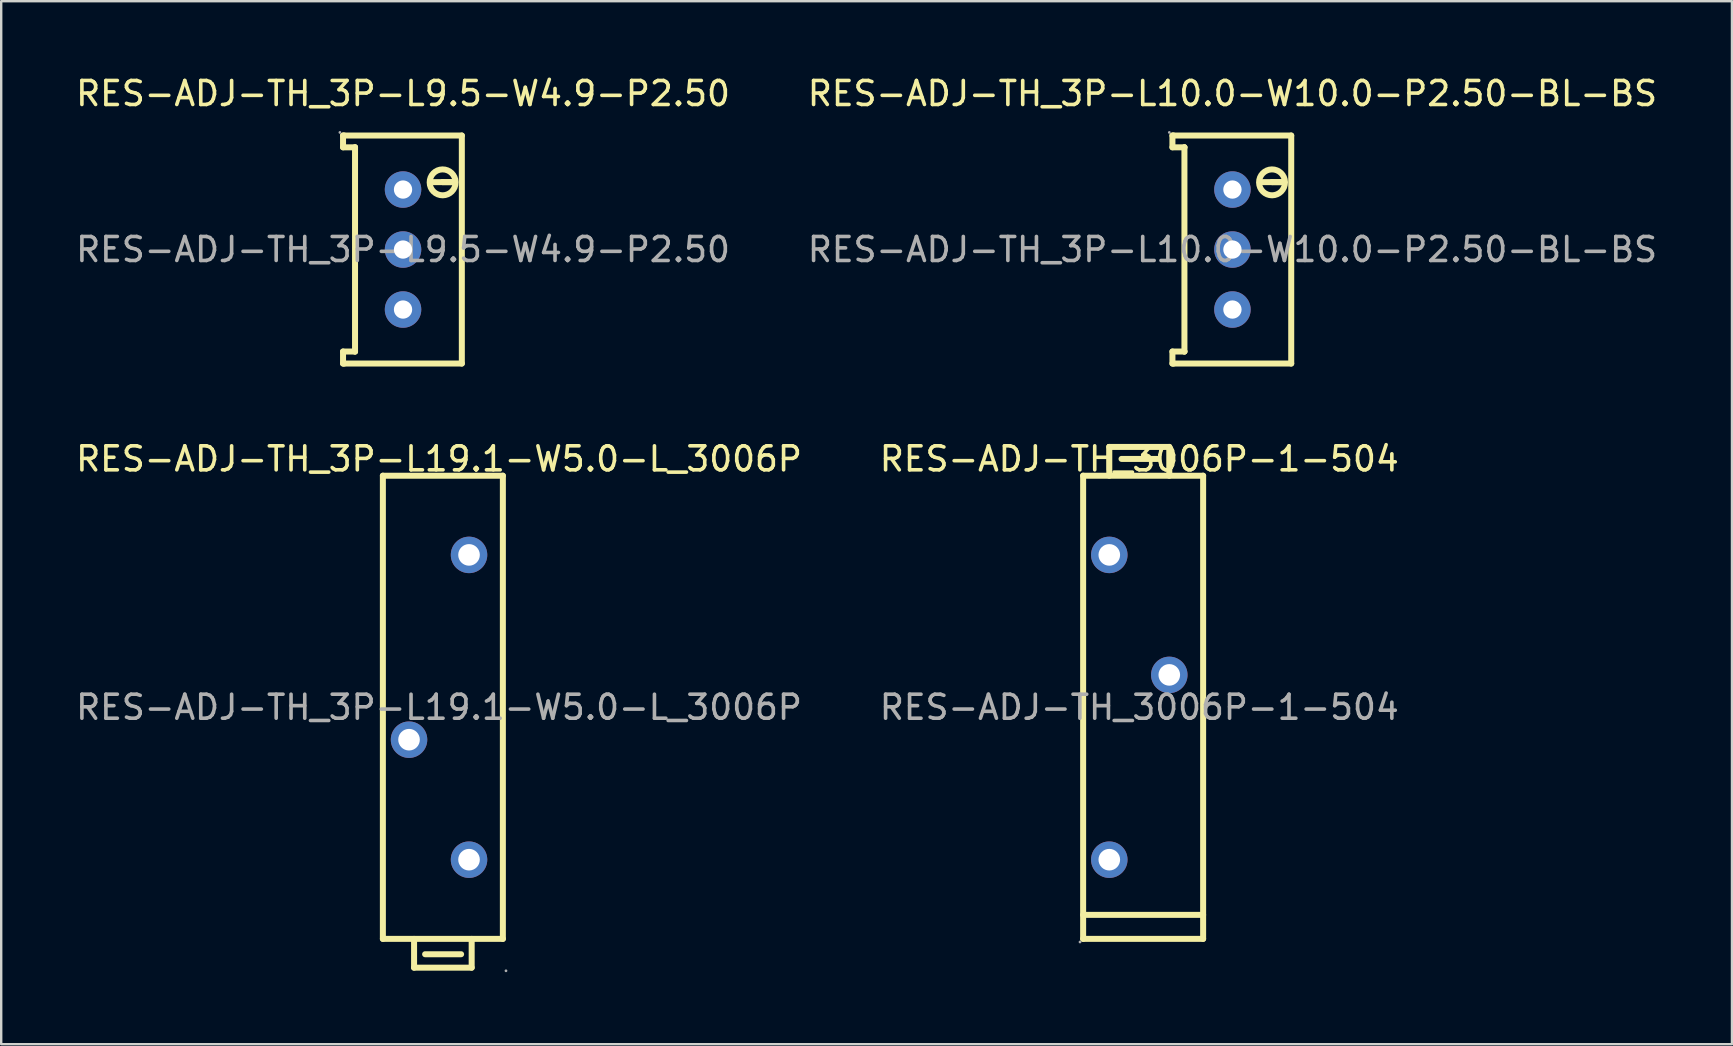
<source format=kicad_pcb>
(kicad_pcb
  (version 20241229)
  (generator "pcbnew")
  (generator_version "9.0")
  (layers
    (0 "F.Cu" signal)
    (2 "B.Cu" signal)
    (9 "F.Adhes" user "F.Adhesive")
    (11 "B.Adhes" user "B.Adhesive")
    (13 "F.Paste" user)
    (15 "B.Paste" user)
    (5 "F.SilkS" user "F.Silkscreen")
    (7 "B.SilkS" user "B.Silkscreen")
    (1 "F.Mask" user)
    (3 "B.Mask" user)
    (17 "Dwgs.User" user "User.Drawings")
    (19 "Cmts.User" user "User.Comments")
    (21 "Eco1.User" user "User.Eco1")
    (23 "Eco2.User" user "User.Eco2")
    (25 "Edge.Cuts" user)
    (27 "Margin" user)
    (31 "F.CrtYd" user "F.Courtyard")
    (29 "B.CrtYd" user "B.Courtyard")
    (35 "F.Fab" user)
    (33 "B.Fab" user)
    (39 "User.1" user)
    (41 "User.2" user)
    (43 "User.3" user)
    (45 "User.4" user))
  (footprint "RES-ADJ-TH_3P-L10.0-W10.0-P2.50-BL-BS"
    (layer "F.Cu")
    (at 48.304 7.348)
    (property "Reference" "RES-ADJ-TH_3P-L10.0-W10.0-P2.50-BL-BS" (at 0 -6.5 0) (layer "F.SilkS") (effects (font (size 1 1) (thickness 0.15))))
    (attr through_hole)
    (fp_line (start -2.5 -4.75) (end -2.5 -4.26) (stroke (width 0.25) (type solid)) (layer "F.SilkS"))
    (fp_line (start -2.5 -4.26) (end -2 -4.26) (stroke (width 0.25) (type solid)) (layer "F.SilkS"))
    (fp_line (start -2.5 4.25) (end -2.5 4.75) (stroke (width 0.25) (type solid)) (layer "F.SilkS"))
    (fp_line (start -2.5 4.75) (end -2.45 4.75) (stroke (width 0.25) (type solid)) (layer "F.SilkS"))
    (fp_line (start -2.45 -4.75) (end -2.5 -4.75) (stroke (width 0.25) (type solid)) (layer "F.SilkS"))
    (fp_line (start -2.45 4.75) (end 2.45 4.75) (stroke (width 0.25) (type solid)) (layer "F.SilkS"))
    (fp_line (start -2 -4.26) (end -2 -4.26) (stroke (width 0.25) (type solid)) (layer "F.SilkS"))
    (fp_line (start -2 -4.26) (end -2 4.25) (stroke (width 0.25) (type solid)) (layer "F.SilkS"))
    (fp_line (start -2 4.25) (end -2.5 4.25) (stroke (width 0.25) (type solid)) (layer "F.SilkS"))
    (fp_line (start -2 4.25) (end -2 4.25) (stroke (width 0.25) (type solid)) (layer "F.SilkS"))
    (fp_line (start 1.27 -2.81) (end 1.65 -2.81) (stroke (width 0.25) (type solid)) (layer "F.SilkS"))
    (fp_line (start 1.65 -2.81) (end 2.03 -2.81) (stroke (width 0.25) (type solid)) (layer "F.SilkS"))
    (fp_line (start 2.03 -2.81) (end 1.65 -2.81) (stroke (width 0.25) (type solid)) (layer "F.SilkS"))
    (fp_line (start 2.45 -4.75) (end -2.45 -4.75) (stroke (width 0.25) (type solid)) (layer "F.SilkS"))
    (fp_line (start 2.45 -4.75) (end 2.45 4.75) (stroke (width 0.25) (type solid)) (layer "F.SilkS"))
    (fp_arc (start 2.19 -2.8) (mid 1.110023 -2.795005) (end 2.189908 -2.80999) (stroke (width 0.25) (type solid)) (layer "F.SilkS"))
    (fp_circle (center -2.63 -4.88) (end -2.6 -4.88) (stroke (width 0.06) (type solid)) (fill no) (layer "F.Fab"))
    (fp_circle (center 0 -2.5) (end 0.14 -2.5) (stroke (width 0.28) (type solid)) (fill no) (layer "F.Fab"))
    (fp_circle (center 0 0) (end 0.14 0) (stroke (width 0.28) (type solid)) (fill no) (layer "F.Fab"))
    (fp_circle (center 0 2.5) (end 0.14 2.5) (stroke (width 0.28) (type solid)) (fill no) (layer "F.Fab"))
    (fp_text user "${REFERENCE}" (at 0 0 0) (layer "F.Fab") (effects (font (size 1 1) (thickness 0.15))))
    (pad "1" thru_hole circle (at 0 -2.5 270) (size 1.52 1.52) (drill 0.762) (layers "*.Cu" "*.Paste" "*.Mask"))
    (pad "2" thru_hole circle (at 0 0 270) (size 1.52 1.52) (drill 0.762) (layers "*.Cu" "*.Paste" "*.Mask"))
    (pad "3" thru_hole circle (at 0 2.5 270) (size 1.52 1.52) (drill 0.762) (layers "*.Cu" "*.Paste" "*.Mask")))
  (footprint "RES-ADJ-TH_3P-L19.1-W5.0-L_3006P"
    (layer "F.Cu")
    (at 15.244 26.422)
    (property "Reference" "RES-ADJ-TH_3P-L19.1-W5.0-L_3006P" (at 0 -10.35 0) (layer "F.SilkS") (effects (font (size 1 1) (thickness 0.15))))
    (attr through_hole)
    (fp_line (start -2.34 -9.65) (end -2.34 9.65) (stroke (width 0.25) (type solid)) (layer "F.SilkS"))
    (fp_line (start -2.34 -9.65) (end 2.66 -9.65) (stroke (width 0.25) (type solid)) (layer "F.SilkS"))
    (fp_line (start -1.04 10.85) (end -1.04 9.65) (stroke (width 0.25) (type solid)) (layer "F.SilkS"))
    (fp_line (start 0.92 10.29) (end -0.58 10.29) (stroke (width 0.25) (type solid)) (layer "F.SilkS"))
    (fp_line (start 1.36 10.85) (end -1.04 10.85) (stroke (width 0.25) (type solid)) (layer "F.SilkS"))
    (fp_line (start 1.36 10.85) (end 1.36 9.65) (stroke (width 0.25) (type solid)) (layer "F.SilkS"))
    (fp_line (start 2.66 -9.65) (end 2.66 9.65) (stroke (width 0.25) (type solid)) (layer "F.SilkS"))
    (fp_line (start 2.66 9.65) (end -2.34 9.65) (stroke (width 0.25) (type solid)) (layer "F.SilkS"))
    (fp_circle (center -1.25 1.35) (end -1.07 1.35) (stroke (width 0.35) (type solid)) (fill no) (layer "F.Fab"))
    (fp_circle (center 1.25 -6.35) (end 1.43 -6.35) (stroke (width 0.35) (type solid)) (fill no) (layer "F.Fab"))
    (fp_circle (center 1.25 6.35) (end 1.43 6.35) (stroke (width 0.35) (type solid)) (fill no) (layer "F.Fab"))
    (fp_circle (center 2.79 10.98) (end 2.82 10.98) (stroke (width 0.06) (type solid)) (fill no) (layer "F.Fab"))
    (fp_text user "${REFERENCE}" (at 0 0 0) (layer "F.Fab") (effects (font (size 1 1) (thickness 0.15))))
    (pad "1" thru_hole circle (at 1.25 6.35 90) (size 1.52 1.52) (drill 0.9) (layers "*.Cu" "*.Paste" "*.Mask"))
    (pad "2" thru_hole circle (at -1.25 1.35 90) (size 1.52 1.52) (drill 0.9) (layers "*.Cu" "*.Paste" "*.Mask"))
    (pad "3" thru_hole circle (at 1.25 -6.35 90) (size 1.52 1.52) (drill 0.9) (layers "*.Cu" "*.Paste" "*.Mask")))
  (footprint "RES-ADJ-TH_3P-L9.5-W4.9-P2.50"
    (layer "F.Cu")
    (at 13.744 7.348)
    (property "Reference" "RES-ADJ-TH_3P-L9.5-W4.9-P2.50" (at 0 -6.5 0) (layer "F.SilkS") (effects (font (size 1 1) (thickness 0.15))))
    (attr through_hole)
    (fp_line (start -2.5 -4.75) (end -2.5 -4.26) (stroke (width 0.25) (type solid)) (layer "F.SilkS"))
    (fp_line (start -2.5 -4.26) (end -2 -4.26) (stroke (width 0.25) (type solid)) (layer "F.SilkS"))
    (fp_line (start -2.5 4.25) (end -2.5 4.75) (stroke (width 0.25) (type solid)) (layer "F.SilkS"))
    (fp_line (start -2.5 4.75) (end -2.45 4.75) (stroke (width 0.25) (type solid)) (layer "F.SilkS"))
    (fp_line (start -2.45 -4.75) (end -2.5 -4.75) (stroke (width 0.25) (type solid)) (layer "F.SilkS"))
    (fp_line (start -2.45 4.75) (end 2.45 4.75) (stroke (width 0.25) (type solid)) (layer "F.SilkS"))
    (fp_line (start -2 -4.26) (end -2 -4.26) (stroke (width 0.25) (type solid)) (layer "F.SilkS"))
    (fp_line (start -2 -4.26) (end -2 4.25) (stroke (width 0.25) (type solid)) (layer "F.SilkS"))
    (fp_line (start -2 4.25) (end -2.5 4.25) (stroke (width 0.25) (type solid)) (layer "F.SilkS"))
    (fp_line (start -2 4.25) (end -2 4.25) (stroke (width 0.25) (type solid)) (layer "F.SilkS"))
    (fp_line (start 1.27 -2.81) (end 1.65 -2.81) (stroke (width 0.25) (type solid)) (layer "F.SilkS"))
    (fp_line (start 1.65 -2.81) (end 2.03 -2.81) (stroke (width 0.25) (type solid)) (layer "F.SilkS"))
    (fp_line (start 2.03 -2.81) (end 1.65 -2.81) (stroke (width 0.25) (type solid)) (layer "F.SilkS"))
    (fp_line (start 2.45 -4.75) (end -2.45 -4.75) (stroke (width 0.25) (type solid)) (layer "F.SilkS"))
    (fp_line (start 2.45 -4.75) (end 2.45 4.75) (stroke (width 0.25) (type solid)) (layer "F.SilkS"))
    (fp_arc (start 2.19 -2.8) (mid 1.110023 -2.795005) (end 2.189908 -2.80999) (stroke (width 0.25) (type solid)) (layer "F.SilkS"))
    (fp_circle (center -2.63 -4.88) (end -2.6 -4.88) (stroke (width 0.06) (type solid)) (fill no) (layer "F.Fab"))
    (fp_circle (center 0 -2.5) (end 0.14 -2.5) (stroke (width 0.28) (type solid)) (fill no) (layer "F.Fab"))
    (fp_circle (center 0 0) (end 0.14 0) (stroke (width 0.28) (type solid)) (fill no) (layer "F.Fab"))
    (fp_circle (center 0 2.5) (end 0.14 2.5) (stroke (width 0.28) (type solid)) (fill no) (layer "F.Fab"))
    (fp_text user "${REFERENCE}" (at 0 0 0) (layer "F.Fab") (effects (font (size 1 1) (thickness 0.15))))
    (pad "1" thru_hole circle (at 0 -2.5 270) (size 1.52 1.52) (drill 0.762) (layers "*.Cu" "*.Paste" "*.Mask"))
    (pad "2" thru_hole circle (at 0 0 270) (size 1.52 1.52) (drill 0.762) (layers "*.Cu" "*.Paste" "*.Mask"))
    (pad "3" thru_hole circle (at 0 2.5 270) (size 1.52 1.52) (drill 0.762) (layers "*.Cu" "*.Paste" "*.Mask")))
  (footprint "RES-ADJ-TH_3006P-1-504"
    (layer "F.Cu")
    (at 44.423 26.422)
    (property "Reference" "RES-ADJ-TH_3006P-1-504" (at 0 -10.35 0) (layer "F.SilkS") (effects (font (size 1 1) (thickness 0.15))))
    (attr through_hole)
    (fp_line (start -2.34 -9.65) (end 2.66 -9.65) (stroke (width 0.25) (type solid)) (layer "F.SilkS"))
    (fp_line (start -2.34 8.65) (end 2.66 8.65) (stroke (width 0.25) (type solid)) (layer "F.SilkS"))
    (fp_line (start -2.34 9.65) (end -2.34 -9.65) (stroke (width 0.25) (type solid)) (layer "F.SilkS"))
    (fp_line (start -1.25 -10.85) (end 1.25 -10.85) (stroke (width 0.25) (type solid)) (layer "F.SilkS"))
    (fp_line (start -1.25 -9.65) (end -1.25 -10.85) (stroke (width 0.25) (type solid)) (layer "F.SilkS"))
    (fp_line (start -0.74 -10.35) (end 0.76 -10.35) (stroke (width 0.25) (type solid)) (layer "F.SilkS"))
    (fp_line (start 1.25 -10.85) (end 1.25 -9.65) (stroke (width 0.25) (type solid)) (layer "F.SilkS"))
    (fp_line (start 2.66 -9.65) (end 2.66 9.65) (stroke (width 0.25) (type solid)) (layer "F.SilkS"))
    (fp_line (start 2.66 9.65) (end -2.34 9.65) (stroke (width 0.25) (type solid)) (layer "F.SilkS"))
    (fp_circle (center -2.47 9.78) (end -2.44 9.78) (stroke (width 0.06) (type solid)) (fill no) (layer "F.Fab"))
    (fp_circle (center -1.25 -6.35) (end -1.07 -6.35) (stroke (width 0.35) (type solid)) (fill no) (layer "F.Fab"))
    (fp_circle (center -1.25 6.35) (end -1.07 6.35) (stroke (width 0.35) (type solid)) (fill no) (layer "F.Fab"))
    (fp_circle (center 1.25 -1.35) (end 1.43 -1.35) (stroke (width 0.35) (type solid)) (fill no) (layer "F.Fab"))
    (fp_text user "${REFERENCE}" (at 0 0 0) (layer "F.Fab") (effects (font (size 1 1) (thickness 0.15))))
    (pad "1" thru_hole circle (at -1.25 6.35 270) (size 1.52 1.52) (drill 0.9) (layers "*.Cu" "*.Paste" "*.Mask"))
    (pad "2" thru_hole circle (at 1.25 -1.35 270) (size 1.52 1.52) (drill 0.9) (layers "*.Cu" "*.Paste" "*.Mask"))
    (pad "3" thru_hole circle (at -1.25 -6.35 270) (size 1.52 1.52) (drill 0.9) (layers "*.Cu" "*.Paste" "*.Mask")))
  (gr_rect
    (start -3 -3)
    (end 69.119 40.462)
    (stroke (width 0.1) (type default))
    (fill no)
    (layer "Edge.Cuts")))
</source>
